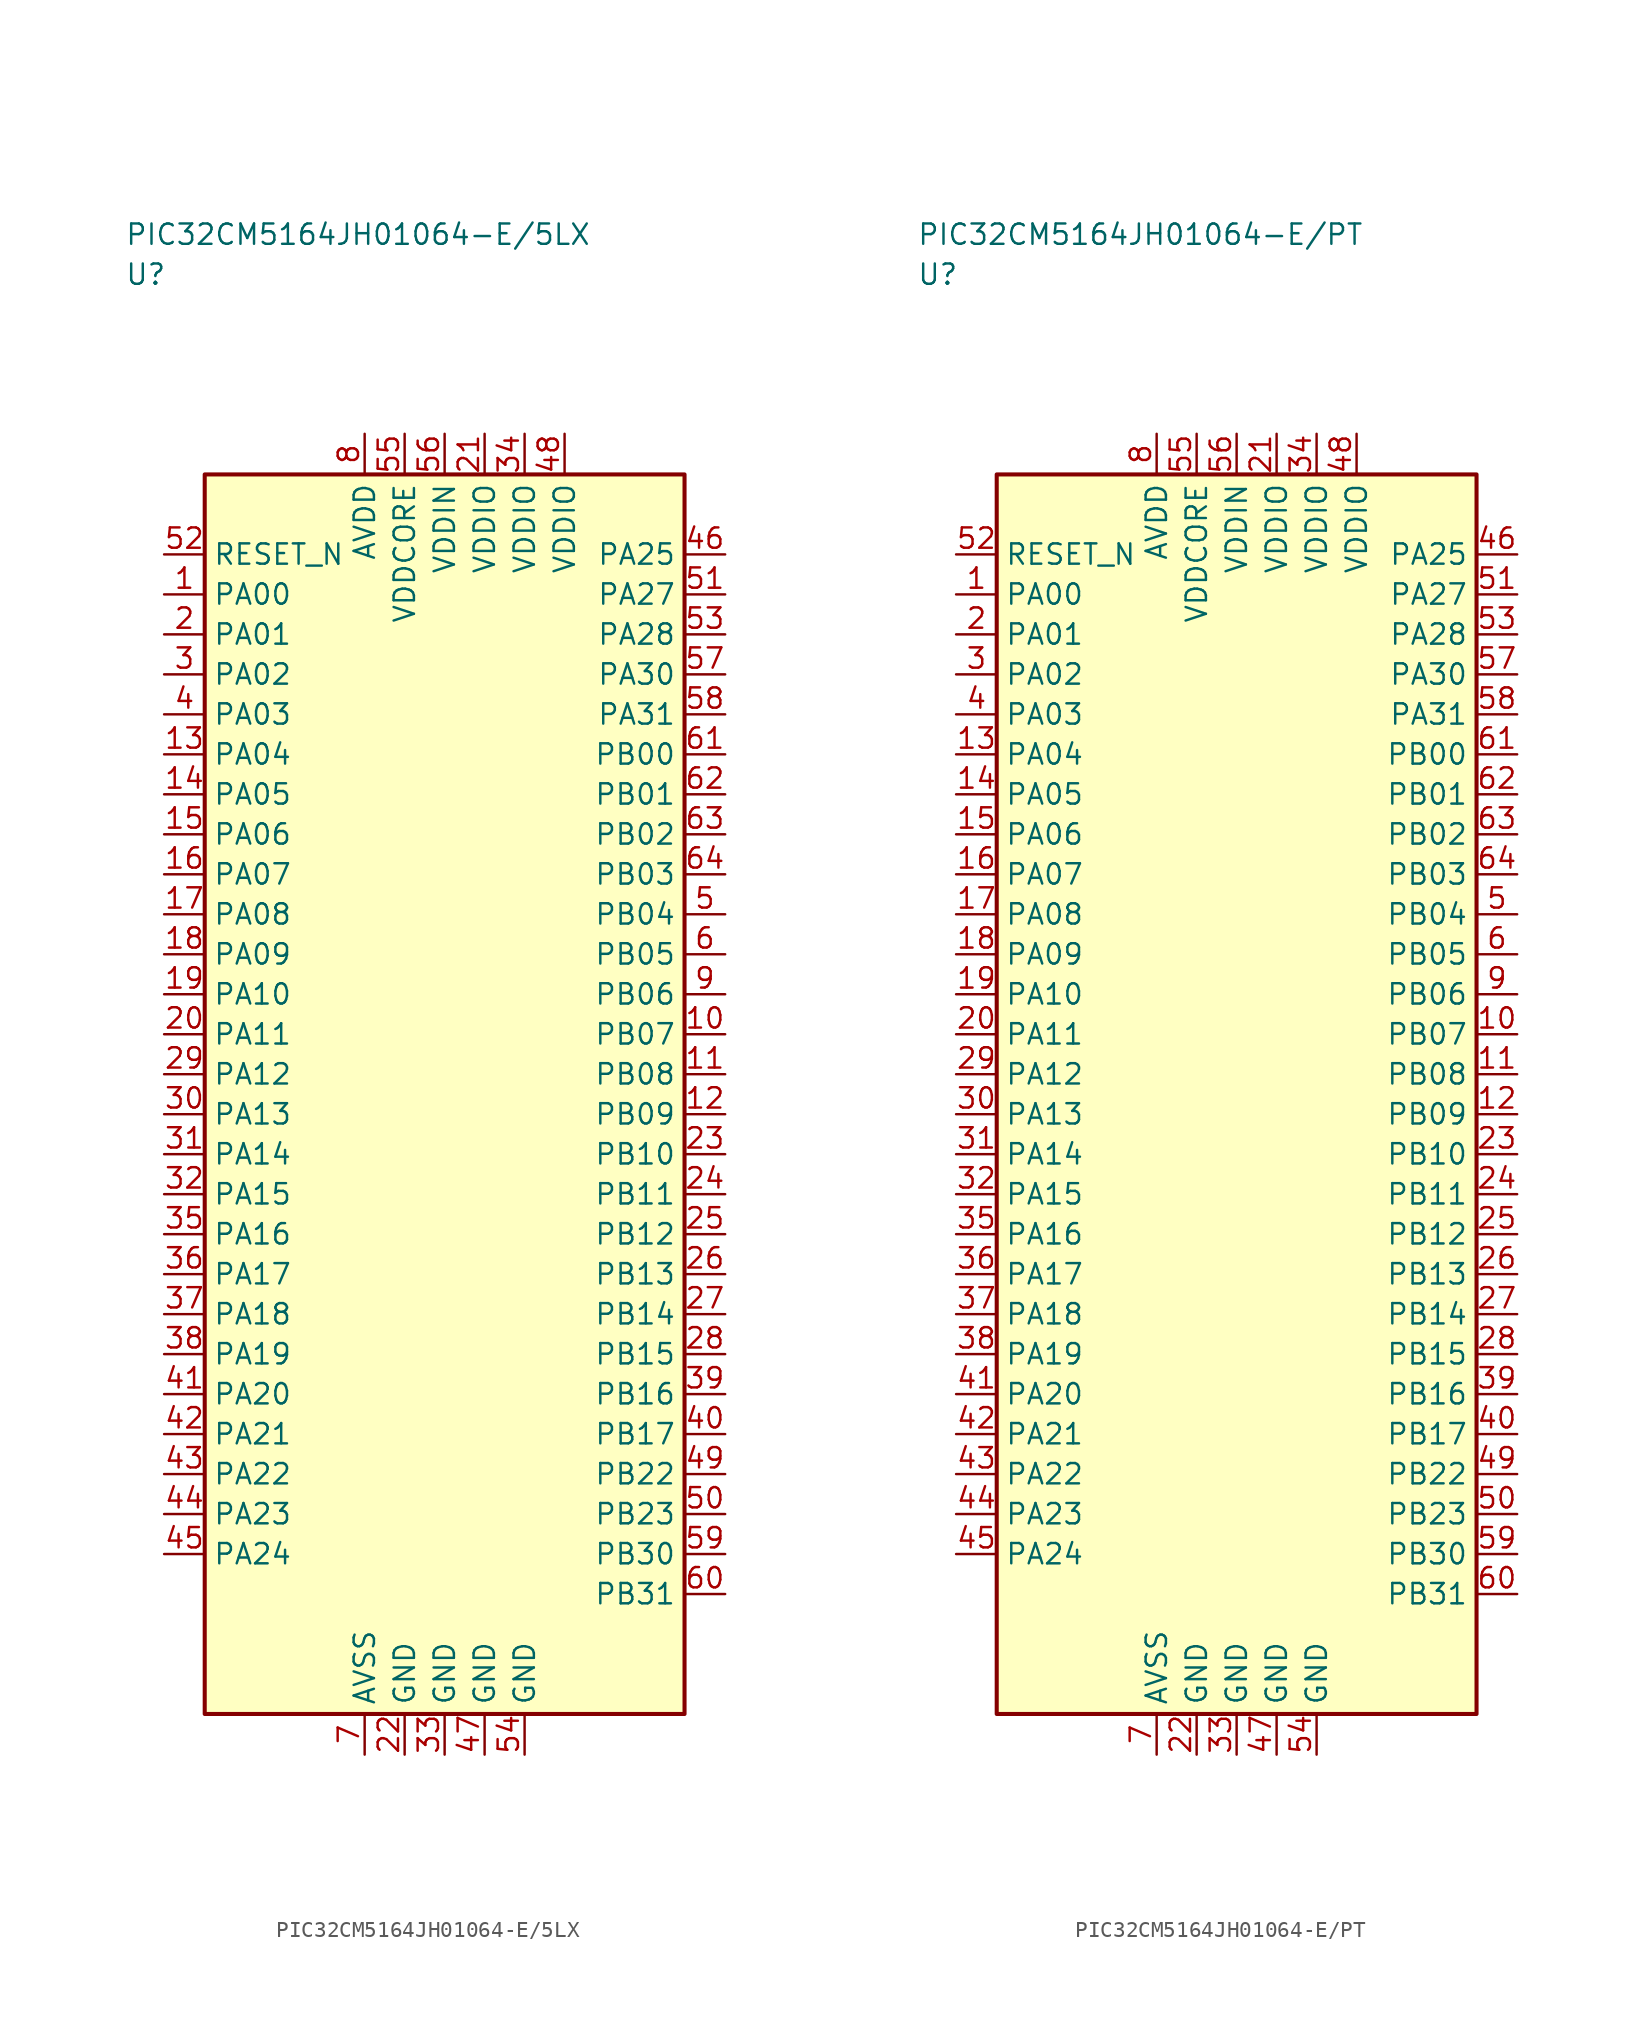
<source format=kicad_sym>
(kicad_symbol_lib
  (version 20241025)
  (generator "kicad_symbol_editor")
  (generator_version "8.0")
  (symbol "PIC32CM5164JH01064-E/5LX"
    (property "Reference" "U"
      (at -20.0 51.25 0)
      (effects (font (size 1.27 1.27)) (justify left)))
    (property "Value" "PIC32CM5164JH01064-E/5LX"
      (at -20.0 53.75 0)
      (effects (font (size 1.27 1.27)) (justify left)))
    (symbol "PIC32CM5164JH01064-E/5LX_0_1"
      (rectangle (start -15.0 38.75) (end 15.0 -38.75) (stroke (width 0.254) (type default)) (fill (type background))))
    (symbol "PIC32CM5164JH01064-E/5LX_1_1"
      (pin bidirectional line (at -17.54 31.25 0.0) (length 2.54) (name "PA00" (effects (font (size 1.27 1.27)))) (number "1" (effects (font (size 1.27 1.27)))))
      (pin bidirectional line (at -17.54 28.75 0.0) (length 2.54) (name "PA01" (effects (font (size 1.27 1.27)))) (number "2" (effects (font (size 1.27 1.27)))))
      (pin bidirectional line (at -17.54 26.25 0.0) (length 2.54) (name "PA02" (effects (font (size 1.27 1.27)))) (number "3" (effects (font (size 1.27 1.27)))))
      (pin bidirectional line (at -17.54 23.75 0.0) (length 2.54) (name "PA03" (effects (font (size 1.27 1.27)))) (number "4" (effects (font (size 1.27 1.27)))))
      (pin bidirectional line (at 17.54 11.25 180.0) (length 2.54) (name "PB04" (effects (font (size 1.27 1.27)))) (number "5" (effects (font (size 1.27 1.27)))))
      (pin bidirectional line (at 17.54 8.75 180.0) (length 2.54) (name "PB05" (effects (font (size 1.27 1.27)))) (number "6" (effects (font (size 1.27 1.27)))))
      (pin passive line (at -5.0 -41.29 90.0) (length 2.54) (name "AVSS" (effects (font (size 1.27 1.27)))) (number "7" (effects (font (size 1.27 1.27)))))
      (pin power_in line (at -5.0 41.29 270.0) (length 2.54) (name "AVDD" (effects (font (size 1.27 1.27)))) (number "8" (effects (font (size 1.27 1.27)))))
      (pin bidirectional line (at 17.54 6.25 180.0) (length 2.54) (name "PB06" (effects (font (size 1.27 1.27)))) (number "9" (effects (font (size 1.27 1.27)))))
      (pin bidirectional line (at 17.54 3.75 180.0) (length 2.54) (name "PB07" (effects (font (size 1.27 1.27)))) (number "10" (effects (font (size 1.27 1.27)))))
      (pin bidirectional line (at 17.54 1.25 180.0) (length 2.54) (name "PB08" (effects (font (size 1.27 1.27)))) (number "11" (effects (font (size 1.27 1.27)))))
      (pin bidirectional line (at 17.54 -1.25 180.0) (length 2.54) (name "PB09" (effects (font (size 1.27 1.27)))) (number "12" (effects (font (size 1.27 1.27)))))
      (pin bidirectional line (at -17.54 21.25 0.0) (length 2.54) (name "PA04" (effects (font (size 1.27 1.27)))) (number "13" (effects (font (size 1.27 1.27)))))
      (pin bidirectional line (at -17.54 18.75 0.0) (length 2.54) (name "PA05" (effects (font (size 1.27 1.27)))) (number "14" (effects (font (size 1.27 1.27)))))
      (pin bidirectional line (at -17.54 16.25 0.0) (length 2.54) (name "PA06" (effects (font (size 1.27 1.27)))) (number "15" (effects (font (size 1.27 1.27)))))
      (pin bidirectional line (at -17.54 13.75 0.0) (length 2.54) (name "PA07" (effects (font (size 1.27 1.27)))) (number "16" (effects (font (size 1.27 1.27)))))
      (pin bidirectional line (at -17.54 11.25 0.0) (length 2.54) (name "PA08" (effects (font (size 1.27 1.27)))) (number "17" (effects (font (size 1.27 1.27)))))
      (pin bidirectional line (at -17.54 8.75 0.0) (length 2.54) (name "PA09" (effects (font (size 1.27 1.27)))) (number "18" (effects (font (size 1.27 1.27)))))
      (pin bidirectional line (at -17.54 6.25 0.0) (length 2.54) (name "PA10" (effects (font (size 1.27 1.27)))) (number "19" (effects (font (size 1.27 1.27)))))
      (pin bidirectional line (at -17.54 3.75 0.0) (length 2.54) (name "PA11" (effects (font (size 1.27 1.27)))) (number "20" (effects (font (size 1.27 1.27)))))
      (pin power_in line (at 2.5 41.29 270.0) (length 2.54) (name "VDDIO" (effects (font (size 1.27 1.27)))) (number "21" (effects (font (size 1.27 1.27)))))
      (pin passive line (at -2.5 -41.29 90.0) (length 2.54) (name "GND" (effects (font (size 1.27 1.27)))) (number "22" (effects (font (size 1.27 1.27)))))
      (pin bidirectional line (at 17.54 -3.75 180.0) (length 2.54) (name "PB10" (effects (font (size 1.27 1.27)))) (number "23" (effects (font (size 1.27 1.27)))))
      (pin bidirectional line (at 17.54 -6.25 180.0) (length 2.54) (name "PB11" (effects (font (size 1.27 1.27)))) (number "24" (effects (font (size 1.27 1.27)))))
      (pin bidirectional line (at 17.54 -8.75 180.0) (length 2.54) (name "PB12" (effects (font (size 1.27 1.27)))) (number "25" (effects (font (size 1.27 1.27)))))
      (pin bidirectional line (at 17.54 -11.25 180.0) (length 2.54) (name "PB13" (effects (font (size 1.27 1.27)))) (number "26" (effects (font (size 1.27 1.27)))))
      (pin bidirectional line (at 17.54 -13.75 180.0) (length 2.54) (name "PB14" (effects (font (size 1.27 1.27)))) (number "27" (effects (font (size 1.27 1.27)))))
      (pin bidirectional line (at 17.54 -16.25 180.0) (length 2.54) (name "PB15" (effects (font (size 1.27 1.27)))) (number "28" (effects (font (size 1.27 1.27)))))
      (pin bidirectional line (at -17.54 1.25 0.0) (length 2.54) (name "PA12" (effects (font (size 1.27 1.27)))) (number "29" (effects (font (size 1.27 1.27)))))
      (pin bidirectional line (at -17.54 -1.25 0.0) (length 2.54) (name "PA13" (effects (font (size 1.27 1.27)))) (number "30" (effects (font (size 1.27 1.27)))))
      (pin bidirectional line (at -17.54 -3.75 0.0) (length 2.54) (name "PA14" (effects (font (size 1.27 1.27)))) (number "31" (effects (font (size 1.27 1.27)))))
      (pin bidirectional line (at -17.54 -6.25 0.0) (length 2.54) (name "PA15" (effects (font (size 1.27 1.27)))) (number "32" (effects (font (size 1.27 1.27)))))
      (pin passive line (at 0.0 -41.29 90.0) (length 2.54) (name "GND" (effects (font (size 1.27 1.27)))) (number "33" (effects (font (size 1.27 1.27)))))
      (pin power_in line (at 5.0 41.29 270.0) (length 2.54) (name "VDDIO" (effects (font (size 1.27 1.27)))) (number "34" (effects (font (size 1.27 1.27)))))
      (pin bidirectional line (at -17.54 -8.75 0.0) (length 2.54) (name "PA16" (effects (font (size 1.27 1.27)))) (number "35" (effects (font (size 1.27 1.27)))))
      (pin bidirectional line (at -17.54 -11.25 0.0) (length 2.54) (name "PA17" (effects (font (size 1.27 1.27)))) (number "36" (effects (font (size 1.27 1.27)))))
      (pin bidirectional line (at -17.54 -13.75 0.0) (length 2.54) (name "PA18" (effects (font (size 1.27 1.27)))) (number "37" (effects (font (size 1.27 1.27)))))
      (pin bidirectional line (at -17.54 -16.25 0.0) (length 2.54) (name "PA19" (effects (font (size 1.27 1.27)))) (number "38" (effects (font (size 1.27 1.27)))))
      (pin bidirectional line (at 17.54 -18.75 180.0) (length 2.54) (name "PB16" (effects (font (size 1.27 1.27)))) (number "39" (effects (font (size 1.27 1.27)))))
      (pin bidirectional line (at 17.54 -21.25 180.0) (length 2.54) (name "PB17" (effects (font (size 1.27 1.27)))) (number "40" (effects (font (size 1.27 1.27)))))
      (pin bidirectional line (at -17.54 -18.75 0.0) (length 2.54) (name "PA20" (effects (font (size 1.27 1.27)))) (number "41" (effects (font (size 1.27 1.27)))))
      (pin bidirectional line (at -17.54 -21.25 0.0) (length 2.54) (name "PA21" (effects (font (size 1.27 1.27)))) (number "42" (effects (font (size 1.27 1.27)))))
      (pin bidirectional line (at -17.54 -23.75 0.0) (length 2.54) (name "PA22" (effects (font (size 1.27 1.27)))) (number "43" (effects (font (size 1.27 1.27)))))
      (pin bidirectional line (at -17.54 -26.25 0.0) (length 2.54) (name "PA23" (effects (font (size 1.27 1.27)))) (number "44" (effects (font (size 1.27 1.27)))))
      (pin bidirectional line (at -17.54 -28.75 0.0) (length 2.54) (name "PA24" (effects (font (size 1.27 1.27)))) (number "45" (effects (font (size 1.27 1.27)))))
      (pin bidirectional line (at 17.54 33.75 180.0) (length 2.54) (name "PA25" (effects (font (size 1.27 1.27)))) (number "46" (effects (font (size 1.27 1.27)))))
      (pin passive line (at 2.5 -41.29 90.0) (length 2.54) (name "GND" (effects (font (size 1.27 1.27)))) (number "47" (effects (font (size 1.27 1.27)))))
      (pin power_in line (at 7.5 41.29 270.0) (length 2.54) (name "VDDIO" (effects (font (size 1.27 1.27)))) (number "48" (effects (font (size 1.27 1.27)))))
      (pin bidirectional line (at 17.54 -23.75 180.0) (length 2.54) (name "PB22" (effects (font (size 1.27 1.27)))) (number "49" (effects (font (size 1.27 1.27)))))
      (pin bidirectional line (at 17.54 -26.25 180.0) (length 2.54) (name "PB23" (effects (font (size 1.27 1.27)))) (number "50" (effects (font (size 1.27 1.27)))))
      (pin bidirectional line (at 17.54 31.25 180.0) (length 2.54) (name "PA27" (effects (font (size 1.27 1.27)))) (number "51" (effects (font (size 1.27 1.27)))))
      (pin input line (at -17.54 33.75 0.0) (length 2.54) (name "RESET_N" (effects (font (size 1.27 1.27)))) (number "52" (effects (font (size 1.27 1.27)))))
      (pin bidirectional line (at 17.54 28.75 180.0) (length 2.54) (name "PA28" (effects (font (size 1.27 1.27)))) (number "53" (effects (font (size 1.27 1.27)))))
      (pin passive line (at 5.0 -41.29 90.0) (length 2.54) (name "GND" (effects (font (size 1.27 1.27)))) (number "54" (effects (font (size 1.27 1.27)))))
      (pin power_in line (at -2.5 41.29 270.0) (length 2.54) (name "VDDCORE" (effects (font (size 1.27 1.27)))) (number "55" (effects (font (size 1.27 1.27)))))
      (pin power_in line (at 0.0 41.29 270.0) (length 2.54) (name "VDDIN" (effects (font (size 1.27 1.27)))) (number "56" (effects (font (size 1.27 1.27)))))
      (pin bidirectional line (at 17.54 26.25 180.0) (length 2.54) (name "PA30" (effects (font (size 1.27 1.27)))) (number "57" (effects (font (size 1.27 1.27)))))
      (pin bidirectional line (at 17.54 23.75 180.0) (length 2.54) (name "PA31" (effects (font (size 1.27 1.27)))) (number "58" (effects (font (size 1.27 1.27)))))
      (pin bidirectional line (at 17.54 -28.75 180.0) (length 2.54) (name "PB30" (effects (font (size 1.27 1.27)))) (number "59" (effects (font (size 1.27 1.27)))))
      (pin bidirectional line (at 17.54 -31.25 180.0) (length 2.54) (name "PB31" (effects (font (size 1.27 1.27)))) (number "60" (effects (font (size 1.27 1.27)))))
      (pin bidirectional line (at 17.54 21.25 180.0) (length 2.54) (name "PB00" (effects (font (size 1.27 1.27)))) (number "61" (effects (font (size 1.27 1.27)))))
      (pin bidirectional line (at 17.54 18.75 180.0) (length 2.54) (name "PB01" (effects (font (size 1.27 1.27)))) (number "62" (effects (font (size 1.27 1.27)))))
      (pin bidirectional line (at 17.54 16.25 180.0) (length 2.54) (name "PB02" (effects (font (size 1.27 1.27)))) (number "63" (effects (font (size 1.27 1.27)))))
      (pin bidirectional line (at 17.54 13.75 180.0) (length 2.54) (name "PB03" (effects (font (size 1.27 1.27)))) (number "64" (effects (font (size 1.27 1.27)))))))
  (symbol "PIC32CM5164JH01064-E/PT"
    (property "Reference" "U"
      (at -20.0 51.25 0)
      (effects (font (size 1.27 1.27)) (justify left)))
    (property "Value" "PIC32CM5164JH01064-E/PT"
      (at -20.0 53.75 0)
      (effects (font (size 1.27 1.27)) (justify left)))
    (symbol "PIC32CM5164JH01064-E/PT_0_1"
      (rectangle (start -15.0 38.75) (end 15.0 -38.75) (stroke (width 0.254) (type default)) (fill (type background))))
    (symbol "PIC32CM5164JH01064-E/PT_1_1"
      (pin bidirectional line (at -17.54 31.25 0.0) (length 2.54) (name "PA00" (effects (font (size 1.27 1.27)))) (number "1" (effects (font (size 1.27 1.27)))))
      (pin bidirectional line (at -17.54 28.75 0.0) (length 2.54) (name "PA01" (effects (font (size 1.27 1.27)))) (number "2" (effects (font (size 1.27 1.27)))))
      (pin bidirectional line (at -17.54 26.25 0.0) (length 2.54) (name "PA02" (effects (font (size 1.27 1.27)))) (number "3" (effects (font (size 1.27 1.27)))))
      (pin bidirectional line (at -17.54 23.75 0.0) (length 2.54) (name "PA03" (effects (font (size 1.27 1.27)))) (number "4" (effects (font (size 1.27 1.27)))))
      (pin bidirectional line (at 17.54 11.25 180.0) (length 2.54) (name "PB04" (effects (font (size 1.27 1.27)))) (number "5" (effects (font (size 1.27 1.27)))))
      (pin bidirectional line (at 17.54 8.75 180.0) (length 2.54) (name "PB05" (effects (font (size 1.27 1.27)))) (number "6" (effects (font (size 1.27 1.27)))))
      (pin passive line (at -5.0 -41.29 90.0) (length 2.54) (name "AVSS" (effects (font (size 1.27 1.27)))) (number "7" (effects (font (size 1.27 1.27)))))
      (pin power_in line (at -5.0 41.29 270.0) (length 2.54) (name "AVDD" (effects (font (size 1.27 1.27)))) (number "8" (effects (font (size 1.27 1.27)))))
      (pin bidirectional line (at 17.54 6.25 180.0) (length 2.54) (name "PB06" (effects (font (size 1.27 1.27)))) (number "9" (effects (font (size 1.27 1.27)))))
      (pin bidirectional line (at 17.54 3.75 180.0) (length 2.54) (name "PB07" (effects (font (size 1.27 1.27)))) (number "10" (effects (font (size 1.27 1.27)))))
      (pin bidirectional line (at 17.54 1.25 180.0) (length 2.54) (name "PB08" (effects (font (size 1.27 1.27)))) (number "11" (effects (font (size 1.27 1.27)))))
      (pin bidirectional line (at 17.54 -1.25 180.0) (length 2.54) (name "PB09" (effects (font (size 1.27 1.27)))) (number "12" (effects (font (size 1.27 1.27)))))
      (pin bidirectional line (at -17.54 21.25 0.0) (length 2.54) (name "PA04" (effects (font (size 1.27 1.27)))) (number "13" (effects (font (size 1.27 1.27)))))
      (pin bidirectional line (at -17.54 18.75 0.0) (length 2.54) (name "PA05" (effects (font (size 1.27 1.27)))) (number "14" (effects (font (size 1.27 1.27)))))
      (pin bidirectional line (at -17.54 16.25 0.0) (length 2.54) (name "PA06" (effects (font (size 1.27 1.27)))) (number "15" (effects (font (size 1.27 1.27)))))
      (pin bidirectional line (at -17.54 13.75 0.0) (length 2.54) (name "PA07" (effects (font (size 1.27 1.27)))) (number "16" (effects (font (size 1.27 1.27)))))
      (pin bidirectional line (at -17.54 11.25 0.0) (length 2.54) (name "PA08" (effects (font (size 1.27 1.27)))) (number "17" (effects (font (size 1.27 1.27)))))
      (pin bidirectional line (at -17.54 8.75 0.0) (length 2.54) (name "PA09" (effects (font (size 1.27 1.27)))) (number "18" (effects (font (size 1.27 1.27)))))
      (pin bidirectional line (at -17.54 6.25 0.0) (length 2.54) (name "PA10" (effects (font (size 1.27 1.27)))) (number "19" (effects (font (size 1.27 1.27)))))
      (pin bidirectional line (at -17.54 3.75 0.0) (length 2.54) (name "PA11" (effects (font (size 1.27 1.27)))) (number "20" (effects (font (size 1.27 1.27)))))
      (pin power_in line (at 2.5 41.29 270.0) (length 2.54) (name "VDDIO" (effects (font (size 1.27 1.27)))) (number "21" (effects (font (size 1.27 1.27)))))
      (pin passive line (at -2.5 -41.29 90.0) (length 2.54) (name "GND" (effects (font (size 1.27 1.27)))) (number "22" (effects (font (size 1.27 1.27)))))
      (pin bidirectional line (at 17.54 -3.75 180.0) (length 2.54) (name "PB10" (effects (font (size 1.27 1.27)))) (number "23" (effects (font (size 1.27 1.27)))))
      (pin bidirectional line (at 17.54 -6.25 180.0) (length 2.54) (name "PB11" (effects (font (size 1.27 1.27)))) (number "24" (effects (font (size 1.27 1.27)))))
      (pin bidirectional line (at 17.54 -8.75 180.0) (length 2.54) (name "PB12" (effects (font (size 1.27 1.27)))) (number "25" (effects (font (size 1.27 1.27)))))
      (pin bidirectional line (at 17.54 -11.25 180.0) (length 2.54) (name "PB13" (effects (font (size 1.27 1.27)))) (number "26" (effects (font (size 1.27 1.27)))))
      (pin bidirectional line (at 17.54 -13.75 180.0) (length 2.54) (name "PB14" (effects (font (size 1.27 1.27)))) (number "27" (effects (font (size 1.27 1.27)))))
      (pin bidirectional line (at 17.54 -16.25 180.0) (length 2.54) (name "PB15" (effects (font (size 1.27 1.27)))) (number "28" (effects (font (size 1.27 1.27)))))
      (pin bidirectional line (at -17.54 1.25 0.0) (length 2.54) (name "PA12" (effects (font (size 1.27 1.27)))) (number "29" (effects (font (size 1.27 1.27)))))
      (pin bidirectional line (at -17.54 -1.25 0.0) (length 2.54) (name "PA13" (effects (font (size 1.27 1.27)))) (number "30" (effects (font (size 1.27 1.27)))))
      (pin bidirectional line (at -17.54 -3.75 0.0) (length 2.54) (name "PA14" (effects (font (size 1.27 1.27)))) (number "31" (effects (font (size 1.27 1.27)))))
      (pin bidirectional line (at -17.54 -6.25 0.0) (length 2.54) (name "PA15" (effects (font (size 1.27 1.27)))) (number "32" (effects (font (size 1.27 1.27)))))
      (pin passive line (at 0.0 -41.29 90.0) (length 2.54) (name "GND" (effects (font (size 1.27 1.27)))) (number "33" (effects (font (size 1.27 1.27)))))
      (pin power_in line (at 5.0 41.29 270.0) (length 2.54) (name "VDDIO" (effects (font (size 1.27 1.27)))) (number "34" (effects (font (size 1.27 1.27)))))
      (pin bidirectional line (at -17.54 -8.75 0.0) (length 2.54) (name "PA16" (effects (font (size 1.27 1.27)))) (number "35" (effects (font (size 1.27 1.27)))))
      (pin bidirectional line (at -17.54 -11.25 0.0) (length 2.54) (name "PA17" (effects (font (size 1.27 1.27)))) (number "36" (effects (font (size 1.27 1.27)))))
      (pin bidirectional line (at -17.54 -13.75 0.0) (length 2.54) (name "PA18" (effects (font (size 1.27 1.27)))) (number "37" (effects (font (size 1.27 1.27)))))
      (pin bidirectional line (at -17.54 -16.25 0.0) (length 2.54) (name "PA19" (effects (font (size 1.27 1.27)))) (number "38" (effects (font (size 1.27 1.27)))))
      (pin bidirectional line (at 17.54 -18.75 180.0) (length 2.54) (name "PB16" (effects (font (size 1.27 1.27)))) (number "39" (effects (font (size 1.27 1.27)))))
      (pin bidirectional line (at 17.54 -21.25 180.0) (length 2.54) (name "PB17" (effects (font (size 1.27 1.27)))) (number "40" (effects (font (size 1.27 1.27)))))
      (pin bidirectional line (at -17.54 -18.75 0.0) (length 2.54) (name "PA20" (effects (font (size 1.27 1.27)))) (number "41" (effects (font (size 1.27 1.27)))))
      (pin bidirectional line (at -17.54 -21.25 0.0) (length 2.54) (name "PA21" (effects (font (size 1.27 1.27)))) (number "42" (effects (font (size 1.27 1.27)))))
      (pin bidirectional line (at -17.54 -23.75 0.0) (length 2.54) (name "PA22" (effects (font (size 1.27 1.27)))) (number "43" (effects (font (size 1.27 1.27)))))
      (pin bidirectional line (at -17.54 -26.25 0.0) (length 2.54) (name "PA23" (effects (font (size 1.27 1.27)))) (number "44" (effects (font (size 1.27 1.27)))))
      (pin bidirectional line (at -17.54 -28.75 0.0) (length 2.54) (name "PA24" (effects (font (size 1.27 1.27)))) (number "45" (effects (font (size 1.27 1.27)))))
      (pin bidirectional line (at 17.54 33.75 180.0) (length 2.54) (name "PA25" (effects (font (size 1.27 1.27)))) (number "46" (effects (font (size 1.27 1.27)))))
      (pin passive line (at 2.5 -41.29 90.0) (length 2.54) (name "GND" (effects (font (size 1.27 1.27)))) (number "47" (effects (font (size 1.27 1.27)))))
      (pin power_in line (at 7.5 41.29 270.0) (length 2.54) (name "VDDIO" (effects (font (size 1.27 1.27)))) (number "48" (effects (font (size 1.27 1.27)))))
      (pin bidirectional line (at 17.54 -23.75 180.0) (length 2.54) (name "PB22" (effects (font (size 1.27 1.27)))) (number "49" (effects (font (size 1.27 1.27)))))
      (pin bidirectional line (at 17.54 -26.25 180.0) (length 2.54) (name "PB23" (effects (font (size 1.27 1.27)))) (number "50" (effects (font (size 1.27 1.27)))))
      (pin bidirectional line (at 17.54 31.25 180.0) (length 2.54) (name "PA27" (effects (font (size 1.27 1.27)))) (number "51" (effects (font (size 1.27 1.27)))))
      (pin input line (at -17.54 33.75 0.0) (length 2.54) (name "RESET_N" (effects (font (size 1.27 1.27)))) (number "52" (effects (font (size 1.27 1.27)))))
      (pin bidirectional line (at 17.54 28.75 180.0) (length 2.54) (name "PA28" (effects (font (size 1.27 1.27)))) (number "53" (effects (font (size 1.27 1.27)))))
      (pin passive line (at 5.0 -41.29 90.0) (length 2.54) (name "GND" (effects (font (size 1.27 1.27)))) (number "54" (effects (font (size 1.27 1.27)))))
      (pin power_in line (at -2.5 41.29 270.0) (length 2.54) (name "VDDCORE" (effects (font (size 1.27 1.27)))) (number "55" (effects (font (size 1.27 1.27)))))
      (pin power_in line (at 0.0 41.29 270.0) (length 2.54) (name "VDDIN" (effects (font (size 1.27 1.27)))) (number "56" (effects (font (size 1.27 1.27)))))
      (pin bidirectional line (at 17.54 26.25 180.0) (length 2.54) (name "PA30" (effects (font (size 1.27 1.27)))) (number "57" (effects (font (size 1.27 1.27)))))
      (pin bidirectional line (at 17.54 23.75 180.0) (length 2.54) (name "PA31" (effects (font (size 1.27 1.27)))) (number "58" (effects (font (size 1.27 1.27)))))
      (pin bidirectional line (at 17.54 -28.75 180.0) (length 2.54) (name "PB30" (effects (font (size 1.27 1.27)))) (number "59" (effects (font (size 1.27 1.27)))))
      (pin bidirectional line (at 17.54 -31.25 180.0) (length 2.54) (name "PB31" (effects (font (size 1.27 1.27)))) (number "60" (effects (font (size 1.27 1.27)))))
      (pin bidirectional line (at 17.54 21.25 180.0) (length 2.54) (name "PB00" (effects (font (size 1.27 1.27)))) (number "61" (effects (font (size 1.27 1.27)))))
      (pin bidirectional line (at 17.54 18.75 180.0) (length 2.54) (name "PB01" (effects (font (size 1.27 1.27)))) (number "62" (effects (font (size 1.27 1.27)))))
      (pin bidirectional line (at 17.54 16.25 180.0) (length 2.54) (name "PB02" (effects (font (size 1.27 1.27)))) (number "63" (effects (font (size 1.27 1.27)))))
      (pin bidirectional line (at 17.54 13.75 180.0) (length 2.54) (name "PB03" (effects (font (size 1.27 1.27)))) (number "64" (effects (font (size 1.27 1.27))))))))
</source>
